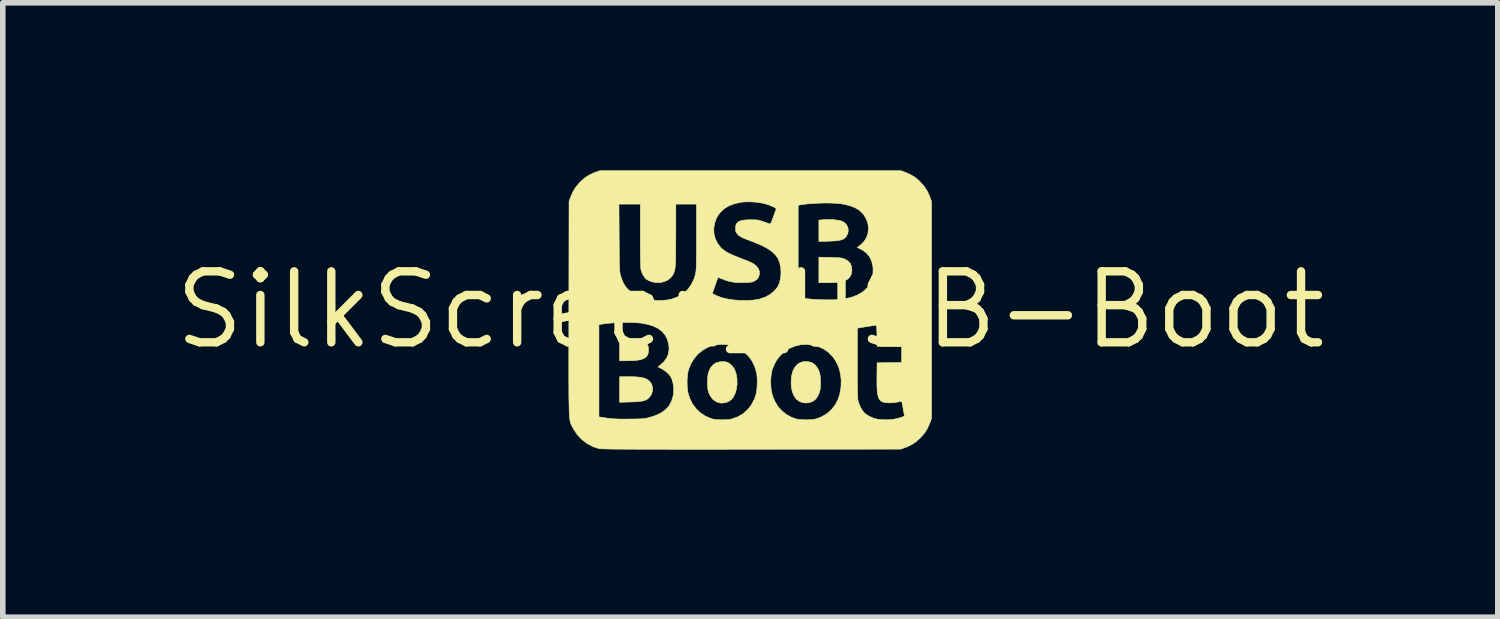
<source format=kicad_pcb>
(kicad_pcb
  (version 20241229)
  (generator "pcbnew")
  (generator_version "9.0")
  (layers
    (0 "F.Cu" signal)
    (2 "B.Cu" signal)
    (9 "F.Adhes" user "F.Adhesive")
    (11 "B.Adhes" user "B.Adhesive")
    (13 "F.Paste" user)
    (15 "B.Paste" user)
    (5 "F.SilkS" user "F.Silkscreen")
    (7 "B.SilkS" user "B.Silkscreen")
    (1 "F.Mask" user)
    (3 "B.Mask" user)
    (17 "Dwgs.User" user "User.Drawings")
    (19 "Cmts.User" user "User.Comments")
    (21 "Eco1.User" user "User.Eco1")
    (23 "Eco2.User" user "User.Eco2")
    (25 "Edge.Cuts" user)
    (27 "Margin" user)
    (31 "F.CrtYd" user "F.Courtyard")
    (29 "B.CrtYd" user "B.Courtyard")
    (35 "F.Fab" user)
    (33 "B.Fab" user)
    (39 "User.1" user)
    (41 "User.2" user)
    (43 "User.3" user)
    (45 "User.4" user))
  (footprint "SilkScreen_USB-Boot"
    (layer "F.Cu")
    (at 10.379 2.497)
    (property "Reference" "SilkScreen_USB-Boot" (at 0 0 0) (layer "F.SilkS") (effects (font (size 1.27 1.27) (thickness 0.15))))
    (attr through_hole)
    (fp_poly (pts (xy 1.458 -1.617) (xy 1.532 -1.61) (xy 1.597 -1.6) (xy 1.626 -1.593) (xy 1.68 -1.567) (xy 1.72 -1.528) (xy 1.745 -1.48) (xy 1.754 -1.426) (xy 1.746 -1.371) (xy 1.72 -1.318) (xy 1.709 -1.303) (xy 1.686 -1.281) (xy 1.658 -1.264) (xy 1.621 -1.251) (xy 1.573 -1.241) (xy 1.51 -1.235) (xy 1.43 -1.231) (xy 1.405 -1.23) (xy 1.228 -1.225) (xy 1.228 -1.607) (xy 1.309 -1.614) (xy 1.381 -1.618) (xy 1.458 -1.617)) (stroke (width 0.01) (type solid)) (fill yes) (layer "F.SilkS"))
    (fp_poly (pts (xy -2.13 0.52) (xy -2.067 0.523) (xy -2.014 0.529) (xy -2.011 0.53) (xy -1.939 0.547) (xy -1.885 0.572) (xy -1.848 0.607) (xy -1.827 0.653) (xy -1.82 0.712) (xy -1.82 0.714) (xy -1.825 0.768) (xy -1.84 0.811) (xy -1.868 0.846) (xy -1.909 0.872) (xy -1.965 0.891) (xy -2.038 0.903) (xy -2.128 0.909) (xy -2.204 0.91) (xy -2.339 0.91) (xy -2.339 0.532) (xy -2.299 0.525) (xy -2.254 0.521) (xy -2.195 0.519) (xy -2.13 0.52)) (stroke (width 0.01) (type solid)) (fill yes) (layer "F.SilkS"))
    (fp_poly (pts (xy -2.075 1.197) (xy -2 1.202) (xy -1.941 1.211) (xy -1.892 1.223) (xy -1.851 1.241) (xy -1.829 1.255) (xy -1.787 1.294) (xy -1.76 1.344) (xy -1.748 1.401) (xy -1.752 1.459) (xy -1.771 1.516) (xy -1.806 1.565) (xy -1.808 1.567) (xy -1.836 1.592) (xy -1.867 1.611) (xy -1.904 1.625) (xy -1.951 1.635) (xy -2.01 1.642) (xy -2.086 1.646) (xy -2.151 1.648) (xy -2.339 1.653) (xy -2.339 1.196) (xy -2.167 1.196) (xy -2.075 1.197)) (stroke (width 0.01) (type solid)) (fill yes) (layer "F.SilkS"))
    (fp_poly (pts (xy 1.426 -0.94) (xy 1.498 -0.938) (xy 1.553 -0.936) (xy 1.594 -0.933) (xy 1.626 -0.929) (xy 1.652 -0.923) (xy 1.676 -0.915) (xy 1.685 -0.912) (xy 1.745 -0.879) (xy 1.788 -0.834) (xy 1.812 -0.779) (xy 1.819 -0.713) (xy 1.817 -0.691) (xy 1.806 -0.636) (xy 1.782 -0.59) (xy 1.746 -0.553) (xy 1.696 -0.525) (xy 1.63 -0.506) (xy 1.548 -0.493) (xy 1.446 -0.487) (xy 1.395 -0.487) (xy 1.228 -0.487) (xy 1.228 -0.944) (xy 1.426 -0.94)) (stroke (width 0.01) (type solid)) (fill yes) (layer "F.SilkS"))
    (fp_poly (pts (xy 1.031 0.926) (xy 1.085 0.937) (xy 1.128 0.958) (xy 1.167 0.994) (xy 1.179 1.008) (xy 1.215 1.06) (xy 1.24 1.122) (xy 1.254 1.195) (xy 1.258 1.284) (xy 1.257 1.321) (xy 1.255 1.378) (xy 1.251 1.42) (xy 1.245 1.453) (xy 1.235 1.483) (xy 1.224 1.508) (xy 1.205 1.546) (xy 1.185 1.578) (xy 1.171 1.596) (xy 1.123 1.634) (xy 1.062 1.658) (xy 0.995 1.666) (xy 0.943 1.661) (xy 0.879 1.638) (xy 0.825 1.598) (xy 0.784 1.541) (xy 0.753 1.468) (xy 0.735 1.381) (xy 0.73 1.291) (xy 0.737 1.194) (xy 0.757 1.109) (xy 0.789 1.039) (xy 0.832 0.985) (xy 0.885 0.947) (xy 0.949 0.926) (xy 1.02 0.924) (xy 1.031 0.926)) (stroke (width 0.01) (type solid)) (fill yes) (layer "F.SilkS"))
    (fp_poly (pts (xy -0.457 0.928) (xy -0.424 0.934) (xy -0.393 0.947) (xy -0.38 0.955) (xy -0.326 0.998) (xy -0.284 1.059) (xy -0.255 1.136) (xy -0.238 1.23) (xy -0.238 1.234) (xy -0.236 1.325) (xy -0.247 1.413) (xy -0.27 1.493) (xy -0.304 1.561) (xy -0.336 1.601) (xy -0.386 1.638) (xy -0.446 1.661) (xy -0.511 1.668) (xy -0.54 1.665) (xy -0.608 1.644) (xy -0.665 1.605) (xy -0.711 1.548) (xy -0.741 1.486) (xy -0.753 1.451) (xy -0.76 1.415) (xy -0.764 1.371) (xy -0.766 1.314) (xy -0.766 1.307) (xy -0.764 1.223) (xy -0.756 1.154) (xy -0.74 1.097) (xy -0.717 1.047) (xy -0.707 1.032) (xy -0.662 0.979) (xy -0.607 0.945) (xy -0.541 0.928) (xy -0.503 0.926) (xy -0.457 0.928)) (stroke (width 0.01) (type solid)) (fill yes) (layer "F.SilkS"))
    (fp_poly (pts (xy 2.771 -2.464) (xy 2.864 -2.424) (xy 2.945 -2.375) (xy 3.02 -2.313) (xy 3.042 -2.291) (xy 3.11 -2.215) (xy 3.162 -2.137) (xy 3.204 -2.049) (xy 3.215 -2.02) (xy 3.244 -1.942) (xy 3.244 1.942) (xy 3.215 2.02) (xy 3.175 2.113) (xy 3.127 2.193) (xy 3.064 2.269) (xy 3.042 2.291) (xy 2.967 2.359) (xy 2.889 2.411) (xy 2.8 2.453) (xy 2.771 2.464) (xy 2.693 2.492) (xy 0.021 2.494) (xy -0.264 2.494) (xy -0.53 2.495) (xy -0.775 2.495) (xy -1.002 2.495) (xy -1.21 2.495) (xy -1.401 2.495) (xy -1.575 2.494) (xy -1.734 2.494) (xy -1.877 2.494) (xy -2.006 2.494) (xy -2.121 2.493) (xy -2.223 2.493) (xy -2.313 2.492) (xy -2.392 2.492) (xy -2.46 2.491) (xy -2.519 2.49) (xy -2.568 2.489) (xy -2.608 2.488) (xy -2.641 2.487) (xy -2.667 2.486) (xy -2.687 2.484) (xy -2.702 2.483) (xy -2.712 2.481) (xy -2.714 2.481) (xy -2.823 2.444) (xy -2.926 2.388) (xy -3.019 2.316) (xy -3.099 2.23) (xy -3.164 2.131) (xy -3.18 2.1) (xy -3.189 2.084) (xy -3.196 2.069) (xy -3.203 2.055) (xy -3.21 2.041) (xy -3.216 2.025) (xy -3.221 2.008) (xy -3.225 1.988) (xy -3.229 1.964) (xy -3.233 1.935) (xy -3.236 1.901) (xy -3.239 1.86) (xy -3.241 1.811) (xy -3.243 1.754) (xy -3.244 1.687) (xy -3.246 1.609) (xy -3.247 1.52) (xy -3.247 1.419) (xy -3.248 1.305) (xy -3.248 1.176) (xy -3.248 1.032) (xy -3.248 0.872) (xy -3.248 0.695) (xy -3.247 0.5) (xy -3.247 0.285) (xy -3.247 0.265) (xy -2.709 0.265) (xy -2.709 1.914) (xy -2.633 1.927) (xy -2.57 1.936) (xy -2.511 1.944) (xy -2.451 1.949) (xy -2.385 1.952) (xy -2.309 1.954) (xy -2.22 1.954) (xy -2.148 1.953) (xy -2.067 1.952) (xy -2.003 1.951) (xy -1.953 1.949) (xy -1.913 1.946) (xy -1.879 1.941) (xy -1.848 1.935) (xy -1.815 1.928) (xy -1.798 1.923) (xy -1.685 1.886) (xy -1.59 1.839) (xy -1.512 1.782) (xy -1.452 1.714) (xy -1.409 1.633) (xy -1.381 1.541) (xy -1.371 1.476) (xy -1.37 1.404) (xy -1.379 1.329) (xy -1.395 1.265) (xy -1.131 1.265) (xy -1.13 1.348) (xy -1.125 1.426) (xy -1.117 1.475) (xy -1.083 1.584) (xy -1.033 1.684) (xy -0.967 1.772) (xy -0.888 1.846) (xy -0.796 1.905) (xy -0.695 1.947) (xy -0.677 1.952) (xy -0.626 1.961) (xy -0.562 1.966) (xy -0.492 1.967) (xy -0.423 1.965) (xy -0.362 1.958) (xy -0.333 1.952) (xy -0.227 1.915) (xy -0.132 1.86) (xy -0.05 1.789) (xy 0.018 1.703) (xy 0.071 1.604) (xy 0.101 1.518) (xy 0.113 1.46) (xy 0.121 1.388) (xy 0.124 1.31) (xy 0.124 1.302) (xy 0.366 1.302) (xy 0.37 1.392) (xy 0.381 1.469) (xy 0.401 1.542) (xy 0.432 1.619) (xy 0.442 1.64) (xy 0.493 1.726) (xy 0.562 1.803) (xy 0.643 1.869) (xy 0.733 1.92) (xy 0.828 1.953) (xy 0.828 1.953) (xy 0.878 1.961) (xy 0.941 1.966) (xy 1.009 1.967) (xy 1.076 1.965) (xy 1.135 1.959) (xy 1.167 1.953) (xy 1.273 1.915) (xy 1.368 1.859) (xy 1.45 1.788) (xy 1.518 1.703) (xy 1.57 1.605) (xy 1.603 1.503) (xy 1.624 1.377) (xy 1.627 1.255) (xy 1.614 1.139) (xy 1.584 1.03) (xy 1.539 0.93) (xy 1.48 0.841) (xy 1.407 0.765) (xy 1.32 0.703) (xy 1.238 0.664) (xy 1.127 0.631) (xy 1.016 0.617) (xy 0.907 0.623) (xy 0.802 0.647) (xy 0.703 0.687) (xy 0.614 0.745) (xy 0.535 0.818) (xy 0.468 0.905) (xy 0.435 0.967) (xy 0.405 1.035) (xy 0.385 1.099) (xy 0.373 1.166) (xy 0.367 1.243) (xy 0.366 1.302) (xy 0.124 1.302) (xy 0.124 1.232) (xy 0.118 1.162) (xy 0.112 1.122) (xy 0.078 1.009) (xy 0.028 0.909) (xy -0.037 0.821) (xy -0.115 0.748) (xy -0.204 0.69) (xy -0.302 0.648) (xy -0.409 0.623) (xy -0.521 0.617) (xy -0.638 0.63) (xy -0.666 0.636) (xy -0.764 0.67) (xy -0.855 0.723) (xy -0.937 0.791) (xy -1.007 0.872) (xy -1.064 0.965) (xy -1.104 1.067) (xy -1.117 1.117) (xy -1.126 1.185) (xy -1.131 1.265) (xy -1.395 1.265) (xy -1.397 1.257) (xy -1.416 1.21) (xy -1.453 1.156) (xy -1.507 1.105) (xy -1.571 1.061) (xy -1.587 1.052) (xy -1.651 1.019) (xy -1.614 0.99) (xy -1.544 0.926) (xy -1.494 0.856) (xy -1.463 0.779) (xy -1.453 0.695) (xy -1.46 0.614) (xy -1.485 0.526) (xy -1.524 0.45) (xy -1.578 0.386) (xy -1.648 0.333) (xy -1.657 0.328) (xy 1.916 0.328) (xy 1.916 0.941) (xy 1.916 1.069) (xy 1.916 1.187) (xy 1.917 1.294) (xy 1.918 1.388) (xy 1.92 1.468) (xy 1.922 1.533) (xy 1.923 1.579) (xy 1.926 1.606) (xy 1.926 1.61) (xy 1.943 1.67) (xy 1.969 1.733) (xy 2.002 1.791) (xy 2.037 1.838) (xy 2.057 1.857) (xy 2.124 1.901) (xy 2.201 1.936) (xy 2.276 1.956) (xy 2.341 1.964) (xy 2.415 1.967) (xy 2.489 1.965) (xy 2.554 1.959) (xy 2.567 1.957) (xy 2.614 1.947) (xy 2.666 1.934) (xy 2.697 1.925) (xy 2.733 1.911) (xy 2.753 1.9) (xy 2.759 1.889) (xy 2.758 1.885) (xy 2.754 1.868) (xy 2.748 1.835) (xy 2.74 1.792) (xy 2.735 1.76) (xy 2.726 1.714) (xy 2.719 1.675) (xy 2.713 1.65) (xy 2.71 1.642) (xy 2.696 1.638) (xy 2.667 1.642) (xy 2.646 1.647) (xy 2.589 1.658) (xy 2.527 1.663) (xy 2.466 1.663) (xy 2.412 1.658) (xy 2.371 1.648) (xy 2.367 1.646) (xy 2.339 1.629) (xy 2.317 1.608) (xy 2.299 1.579) (xy 2.286 1.541) (xy 2.277 1.492) (xy 2.27 1.428) (xy 2.267 1.35) (xy 2.267 1.253) (xy 2.267 1.185) (xy 2.27 0.947) (xy 2.709 0.941) (xy 2.709 0.657) (xy 2.49 0.654) (xy 2.27 0.651) (xy 2.267 0.463) (xy 2.266 0.395) (xy 2.264 0.345) (xy 2.262 0.311) (xy 2.259 0.29) (xy 2.255 0.279) (xy 2.249 0.275) (xy 2.248 0.275) (xy 2.232 0.277) (xy 2.2 0.281) (xy 2.157 0.288) (xy 2.108 0.295) (xy 2.057 0.303) (xy 2.009 0.311) (xy 1.969 0.318) (xy 1.941 0.323) (xy 1.939 0.323) (xy 1.916 0.328) (xy -1.657 0.328) (xy -1.736 0.29) (xy -1.841 0.258) (xy -1.951 0.237) (xy -2.019 0.23) (xy -2.103 0.226) (xy -2.197 0.224) (xy -2.297 0.225) (xy -2.397 0.229) (xy -2.494 0.235) (xy -2.581 0.243) (xy -2.655 0.254) (xy -2.686 0.26) (xy -2.709 0.265) (xy -3.247 0.265) (xy -3.247 0.051) (xy -3.247 -0.029) (xy -3.244 -1.894) (xy -2.351 -1.894) (xy -2.347 -1.294) (xy -2.346 -1.166) (xy -2.345 -1.057) (xy -2.345 -0.965) (xy -2.344 -0.889) (xy -2.343 -0.827) (xy -2.341 -0.777) (xy -2.339 -0.737) (xy -2.337 -0.704) (xy -2.335 -0.679) (xy -2.331 -0.657) (xy -2.328 -0.639) (xy -2.323 -0.621) (xy -2.32 -0.61) (xy -2.305 -0.562) (xy -2.286 -0.513) (xy -2.268 -0.475) (xy -2.268 -0.473) (xy -2.212 -0.392) (xy -2.141 -0.32) (xy -2.056 -0.259) (xy -1.962 -0.213) (xy -1.923 -0.2) (xy -1.849 -0.183) (xy -1.762 -0.172) (xy -1.667 -0.168) (xy -1.572 -0.17) (xy -1.483 -0.179) (xy -1.407 -0.194) (xy -1.4 -0.196) (xy -1.292 -0.237) (xy -1.199 -0.293) (xy -1.194 -0.297) (xy -0.677 -0.297) (xy -0.668 -0.288) (xy -0.644 -0.275) (xy -0.609 -0.258) (xy -0.569 -0.242) (xy -0.529 -0.226) (xy -0.5 -0.217) (xy -0.397 -0.193) (xy -0.284 -0.177) (xy -0.166 -0.169) (xy -0.05 -0.168) (xy 0.059 -0.176) (xy 0.156 -0.192) (xy 0.17 -0.196) (xy 0.267 -0.229) (xy 0.354 -0.276) (xy 0.427 -0.335) (xy 0.483 -0.403) (xy 0.493 -0.418) (xy 0.524 -0.49) (xy 0.543 -0.573) (xy 0.55 -0.663) (xy 0.545 -0.753) (xy 0.528 -0.839) (xy 0.499 -0.915) (xy 0.49 -0.93) (xy 0.449 -0.987) (xy 0.392 -1.041) (xy 0.319 -1.093) (xy 0.228 -1.143) (xy 0.118 -1.192) (xy 0.003 -1.237) (xy -0.067 -1.263) (xy -0.12 -1.284) (xy -0.16 -1.304) (xy -0.19 -1.322) (xy -0.215 -1.342) (xy -0.231 -1.36) (xy -0.251 -1.385) (xy -0.261 -1.409) (xy -0.264 -1.44) (xy -0.265 -1.459) (xy -0.26 -1.508) (xy -0.244 -1.546) (xy -0.216 -1.575) (xy -0.174 -1.595) (xy -0.115 -1.607) (xy -0.039 -1.613) (xy 0.011 -1.613) (xy 0.068 -1.613) (xy 0.111 -1.611) (xy 0.146 -1.606) (xy 0.179 -1.598) (xy 0.217 -1.586) (xy 0.238 -1.578) (xy 0.281 -1.563) (xy 0.318 -1.55) (xy 0.343 -1.541) (xy 0.349 -1.539) (xy 0.358 -1.542) (xy 0.369 -1.557) (xy 0.383 -1.587) (xy 0.401 -1.633) (xy 0.412 -1.664) (xy 0.43 -1.714) (xy 0.445 -1.757) (xy 0.457 -1.789) (xy 0.463 -1.806) (xy 0.463 -1.807) (xy 0.457 -1.819) (xy 0.434 -1.834) (xy 0.397 -1.852) (xy 0.35 -1.871) (xy 0.35 -1.872) (xy 0.857 -1.872) (xy 0.857 -0.224) (xy 0.934 -0.211) (xy 1.016 -0.2) (xy 1.111 -0.191) (xy 1.214 -0.185) (xy 1.319 -0.181) (xy 1.423 -0.18) (xy 1.521 -0.182) (xy 1.607 -0.187) (xy 1.678 -0.196) (xy 1.679 -0.196) (xy 1.801 -0.223) (xy 1.908 -0.262) (xy 1.999 -0.313) (xy 2.074 -0.375) (xy 2.131 -0.447) (xy 2.154 -0.491) (xy 2.181 -0.567) (xy 2.196 -0.653) (xy 2.198 -0.739) (xy 2.194 -0.782) (xy 2.171 -0.875) (xy 2.134 -0.953) (xy 2.081 -1.017) (xy 2.011 -1.069) (xy 1.98 -1.086) (xy 1.915 -1.118) (xy 1.978 -1.167) (xy 2.037 -1.226) (xy 2.08 -1.295) (xy 2.106 -1.371) (xy 2.115 -1.452) (xy 2.107 -1.534) (xy 2.082 -1.615) (xy 2.039 -1.692) (xy 2.006 -1.733) (xy 1.95 -1.784) (xy 1.882 -1.826) (xy 1.8 -1.86) (xy 1.701 -1.886) (xy 1.616 -1.901) (xy 1.546 -1.908) (xy 1.46 -1.912) (xy 1.364 -1.914) (xy 1.262 -1.912) (xy 1.16 -1.908) (xy 1.062 -1.901) (xy 0.974 -1.892) (xy 0.901 -1.881) (xy 0.886 -1.878) (xy 0.857 -1.872) (xy 0.35 -1.872) (xy 0.298 -1.89) (xy 0.242 -1.905) (xy 0.17 -1.92) (xy 0.085 -1.93) (xy -0.003 -1.935) (xy -0.087 -1.934) (xy -0.159 -1.928) (xy -0.167 -1.927) (xy -0.284 -1.901) (xy -0.386 -1.861) (xy -0.472 -1.807) (xy -0.543 -1.74) (xy -0.597 -1.66) (xy -0.603 -1.648) (xy -0.638 -1.556) (xy -0.653 -1.461) (xy -0.65 -1.368) (xy -0.628 -1.278) (xy -0.588 -1.195) (xy -0.531 -1.12) (xy -0.51 -1.099) (xy -0.473 -1.069) (xy -0.432 -1.04) (xy -0.382 -1.013) (xy -0.321 -0.984) (xy -0.246 -0.953) (xy -0.164 -0.921) (xy -0.091 -0.893) (xy -0.035 -0.871) (xy 0.008 -0.852) (xy 0.041 -0.835) (xy 0.068 -0.818) (xy 0.091 -0.8) (xy 0.106 -0.787) (xy 0.143 -0.741) (xy 0.163 -0.69) (xy 0.164 -0.638) (xy 0.149 -0.588) (xy 0.117 -0.546) (xy 0.074 -0.516) (xy 0.051 -0.506) (xy 0.027 -0.499) (xy -0.005 -0.494) (xy -0.047 -0.491) (xy -0.104 -0.489) (xy -0.116 -0.489) (xy -0.21 -0.489) (xy -0.29 -0.495) (xy -0.362 -0.507) (xy -0.434 -0.528) (xy -0.492 -0.55) (xy -0.53 -0.564) (xy -0.56 -0.575) (xy -0.576 -0.579) (xy -0.578 -0.579) (xy -0.583 -0.568) (xy -0.593 -0.541) (xy -0.607 -0.504) (xy -0.623 -0.459) (xy -0.639 -0.413) (xy -0.654 -0.369) (xy -0.667 -0.332) (xy -0.675 -0.307) (xy -0.677 -0.297) (xy -1.194 -0.297) (xy -1.12 -0.364) (xy -1.057 -0.451) (xy -1.008 -0.551) (xy -0.984 -0.629) (xy -0.98 -0.648) (xy -0.976 -0.667) (xy -0.973 -0.689) (xy -0.97 -0.714) (xy -0.968 -0.746) (xy -0.966 -0.785) (xy -0.965 -0.834) (xy -0.964 -0.894) (xy -0.964 -0.968) (xy -0.963 -1.058) (xy -0.963 -1.164) (xy -0.963 -1.29) (xy -0.963 -1.303) (xy -0.963 -1.894) (xy -1.333 -1.894) (xy -1.333 -1.345) (xy -1.334 -1.214) (xy -1.334 -1.103) (xy -1.335 -1.009) (xy -1.336 -0.931) (xy -1.338 -0.867) (xy -1.34 -0.814) (xy -1.344 -0.771) (xy -1.348 -0.737) (xy -1.354 -0.708) (xy -1.361 -0.684) (xy -1.369 -0.662) (xy -1.379 -0.64) (xy -1.383 -0.632) (xy -1.421 -0.579) (xy -1.474 -0.536) (xy -1.538 -0.507) (xy -1.609 -0.49) (xy -1.684 -0.489) (xy -1.758 -0.502) (xy -1.818 -0.525) (xy -1.86 -0.55) (xy -1.889 -0.579) (xy -1.912 -0.613) (xy -1.933 -0.653) (xy -1.951 -0.697) (xy -1.957 -0.721) (xy -1.96 -0.745) (xy -1.962 -0.789) (xy -1.964 -0.853) (xy -1.966 -0.935) (xy -1.967 -1.034) (xy -1.968 -1.15) (xy -1.968 -1.282) (xy -1.968 -1.334) (xy -1.968 -1.894) (xy -2.351 -1.894) (xy -3.244 -1.894) (xy -3.244 -1.942) (xy -3.215 -2.02) (xy -3.175 -2.113) (xy -3.127 -2.193) (xy -3.064 -2.269) (xy -3.042 -2.291) (xy -2.967 -2.359) (xy -2.889 -2.411) (xy -2.8 -2.453) (xy -2.771 -2.464) (xy -2.693 -2.492) (xy 2.693 -2.492) (xy 2.771 -2.464)) (stroke (width 0.01) (type solid)) (fill yes) (layer "F.SilkS")))
  (gr_rect
    (start -3 -3)
    (end 23.758 7.997)
    (stroke (width 0.1) (type default))
    (fill no)
    (layer "Edge.Cuts")))
</source>
